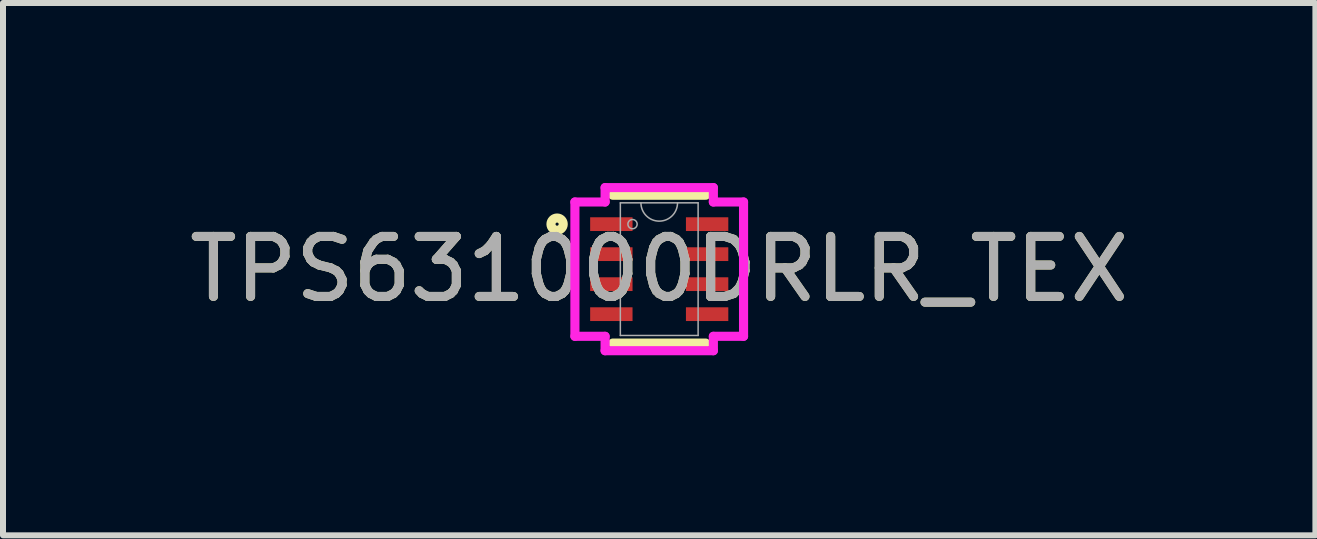
<source format=kicad_pcb>
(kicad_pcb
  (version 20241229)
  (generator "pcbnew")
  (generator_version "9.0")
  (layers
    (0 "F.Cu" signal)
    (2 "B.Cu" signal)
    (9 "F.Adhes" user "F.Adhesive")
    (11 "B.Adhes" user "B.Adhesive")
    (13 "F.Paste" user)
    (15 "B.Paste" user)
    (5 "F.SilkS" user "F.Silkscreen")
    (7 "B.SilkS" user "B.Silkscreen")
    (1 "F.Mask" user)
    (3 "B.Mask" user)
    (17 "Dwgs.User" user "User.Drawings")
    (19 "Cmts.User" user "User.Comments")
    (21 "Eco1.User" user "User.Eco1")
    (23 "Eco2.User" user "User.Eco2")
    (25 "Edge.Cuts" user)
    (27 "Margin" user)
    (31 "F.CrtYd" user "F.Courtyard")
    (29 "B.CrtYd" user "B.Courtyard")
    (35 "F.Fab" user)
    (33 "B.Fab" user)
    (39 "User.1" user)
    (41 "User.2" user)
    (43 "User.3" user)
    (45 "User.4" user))
  (footprint "TPS631000DRLR_TEX"
    (layer "F.Cu")
    (at 7.935 1.435)
    (property "Reference" "TPS631000DRLR_TEX" (at 0 0 0) (unlocked yes) (layer "F.SilkS") (effects (font (size 1 1) (thickness 0.15))))
    (attr smd)
    (fp_line (start -0.775 1.232) (end 0.775 1.232) (stroke (width 0.152) (type solid)) (layer "F.SilkS"))
    (fp_line (start 0.775 -1.232) (end -0.775 -1.232) (stroke (width 0.152) (type solid)) (layer "F.SilkS"))
    (fp_circle (center -1.702 -0.75) (end -1.6 -0.75) (stroke (width 0.152) (type solid)) (fill no) (layer "F.SilkS"))
    (fp_line (start -1.405 -1.119) (end -0.902 -1.119) (stroke (width 0.152) (type solid)) (layer "F.CrtYd"))
    (fp_line (start -1.405 1.119) (end -1.405 -1.119) (stroke (width 0.152) (type solid)) (layer "F.CrtYd"))
    (fp_line (start -1.405 1.119) (end -0.902 1.119) (stroke (width 0.152) (type solid)) (layer "F.CrtYd"))
    (fp_line (start -0.902 -1.359) (end 0.902 -1.359) (stroke (width 0.152) (type solid)) (layer "F.CrtYd"))
    (fp_line (start -0.902 -1.119) (end -0.902 -1.359) (stroke (width 0.152) (type solid)) (layer "F.CrtYd"))
    (fp_line (start -0.902 1.359) (end -0.902 1.119) (stroke (width 0.152) (type solid)) (layer "F.CrtYd"))
    (fp_line (start 0.902 -1.359) (end 0.902 -1.119) (stroke (width 0.152) (type solid)) (layer "F.CrtYd"))
    (fp_line (start 0.902 1.119) (end 0.902 1.359) (stroke (width 0.152) (type solid)) (layer "F.CrtYd"))
    (fp_line (start 0.902 1.359) (end -0.902 1.359) (stroke (width 0.152) (type solid)) (layer "F.CrtYd"))
    (fp_line (start 1.405 -1.119) (end 0.902 -1.119) (stroke (width 0.152) (type solid)) (layer "F.CrtYd"))
    (fp_line (start 1.405 -1.119) (end 1.405 1.119) (stroke (width 0.152) (type solid)) (layer "F.CrtYd"))
    (fp_line (start 1.405 1.119) (end 0.902 1.119) (stroke (width 0.152) (type solid)) (layer "F.CrtYd"))
    (fp_line (start -0.648 -1.105) (end -0.648 1.105) (stroke (width 0.025) (type solid)) (layer "F.Fab"))
    (fp_line (start -0.648 1.105) (end 0.648 1.105) (stroke (width 0.025) (type solid)) (layer "F.Fab"))
    (fp_line (start 0.648 -1.105) (end -0.648 -1.105) (stroke (width 0.025) (type solid)) (layer "F.Fab"))
    (fp_line (start 0.648 1.105) (end 0.648 -1.105) (stroke (width 0.025) (type solid)) (layer "F.Fab"))
    (fp_arc (start 0.3048 -1.1049) (mid 0 -0.8001) (end -0.3048 -1.1049) (stroke (width 0.0254) (type solid)) (layer "F.Fab"))
    (fp_circle (center -0.445 -0.75) (end -0.368 -0.75) (stroke (width 0.025) (type solid)) (fill no) (layer "F.Fab"))
    (fp_text user "${REFERENCE}" (at 0 0 0) (unlocked yes) (layer "F.Fab") (effects (font (size 1 1) (thickness 0.15))))
    (pad "1" smd rect (at -0.798 -0.75) (size 0.706 0.229) (layers "F.Cu" "F.Mask" "F.Paste"))
    (pad "2" smd rect (at -0.798 -0.25) (size 0.706 0.229) (layers "F.Cu" "F.Mask" "F.Paste"))
    (pad "3" smd rect (at -0.798 0.25) (size 0.706 0.229) (layers "F.Cu" "F.Mask" "F.Paste"))
    (pad "4" smd rect (at -0.798 0.75) (size 0.706 0.229) (layers "F.Cu" "F.Mask" "F.Paste"))
    (pad "5" smd rect (at 0.798 0.75) (size 0.706 0.229) (layers "F.Cu" "F.Mask" "F.Paste"))
    (pad "6" smd rect (at 0.798 0.25) (size 0.706 0.229) (layers "F.Cu" "F.Mask" "F.Paste"))
    (pad "7" smd rect (at 0.798 -0.25) (size 0.706 0.229) (layers "F.Cu" "F.Mask" "F.Paste"))
    (pad "8" smd rect (at 0.798 -0.75) (size 0.706 0.229) (layers "F.Cu" "F.Mask" "F.Paste")))
  (gr_rect
    (start -3 -3)
    (end 18.869 5.87)
    (stroke (width 0.1) (type default))
    (fill no)
    (layer "Edge.Cuts")))
</source>
